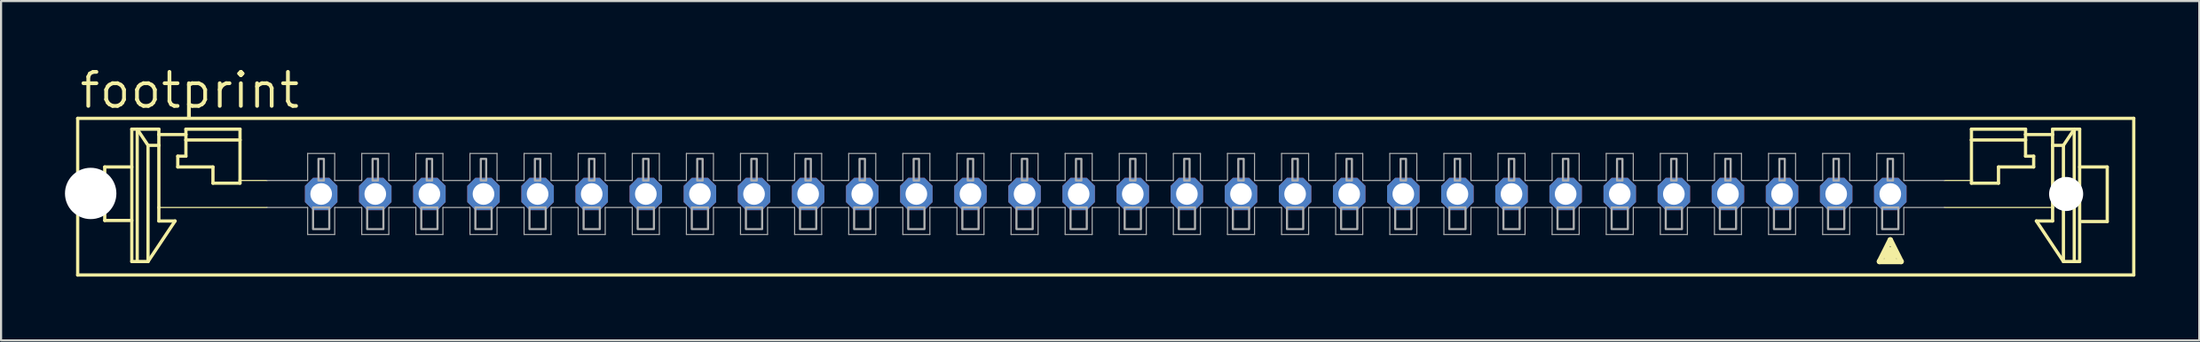
<source format=kicad_pcb>
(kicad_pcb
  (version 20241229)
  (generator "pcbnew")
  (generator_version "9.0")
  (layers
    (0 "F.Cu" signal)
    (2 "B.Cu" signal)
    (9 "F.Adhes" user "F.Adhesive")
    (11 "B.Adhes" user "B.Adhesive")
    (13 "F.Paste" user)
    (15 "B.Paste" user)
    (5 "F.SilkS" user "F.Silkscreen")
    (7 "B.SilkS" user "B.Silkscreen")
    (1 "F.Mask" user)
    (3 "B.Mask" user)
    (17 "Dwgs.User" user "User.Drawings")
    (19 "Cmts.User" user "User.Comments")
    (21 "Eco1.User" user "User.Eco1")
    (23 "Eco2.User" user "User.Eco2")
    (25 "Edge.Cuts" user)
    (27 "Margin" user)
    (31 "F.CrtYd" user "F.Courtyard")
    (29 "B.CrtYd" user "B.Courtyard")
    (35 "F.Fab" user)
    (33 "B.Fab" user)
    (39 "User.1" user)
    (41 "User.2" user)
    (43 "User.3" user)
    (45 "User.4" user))
  (footprint "footprint"
    (layer "F.Cu")
    (at 48.857 6.071)
    (property "Reference" "footprint" (at -48.26 -3.937 0) (layer "F.SilkS") (effects (font (size 1.6 1.6) (thickness 0.178)) (justify left bottom)))
    (fp_line (start -48.26 -3.556) (end -48.26 3.81) (stroke (width 0.152) (type solid)) (layer "F.SilkS"))
    (fp_line (start -48.26 3.81) (end 48.26 3.81) (stroke (width 0.152) (type solid)) (layer "F.SilkS"))
    (fp_line (start -46.99 -1.27) (end -46.99 1.245) (stroke (width 0.152) (type solid)) (layer "F.SilkS"))
    (fp_line (start -46.99 1.245) (end -45.72 1.245) (stroke (width 0.152) (type solid)) (layer "F.SilkS"))
    (fp_line (start -45.72 -3.048) (end -45.72 3.175) (stroke (width 0.152) (type solid)) (layer "F.SilkS"))
    (fp_line (start -45.72 -3.048) (end -45.466 -3.048) (stroke (width 0.152) (type solid)) (layer "F.SilkS"))
    (fp_line (start -45.72 -1.27) (end -46.99 -1.27) (stroke (width 0.152) (type solid)) (layer "F.SilkS"))
    (fp_line (start -45.466 -3.048) (end -45.466 3.175) (stroke (width 0.152) (type solid)) (layer "F.SilkS"))
    (fp_line (start -45.466 -3.048) (end -44.958 -2.286) (stroke (width 0.152) (type solid)) (layer "F.SilkS"))
    (fp_line (start -45.466 -3.048) (end -44.45 -3.048) (stroke (width 0.152) (type solid)) (layer "F.SilkS"))
    (fp_line (start -45.466 3.175) (end -45.72 3.175) (stroke (width 0.152) (type solid)) (layer "F.SilkS"))
    (fp_line (start -44.958 3.175) (end -45.466 3.175) (stroke (width 0.152) (type solid)) (layer "F.SilkS"))
    (fp_line (start -44.958 3.175) (end -44.958 -2.286) (stroke (width 0.152) (type solid)) (layer "F.SilkS"))
    (fp_line (start -44.45 -3.048) (end -44.45 -2.794) (stroke (width 0.152) (type solid)) (layer "F.SilkS"))
    (fp_line (start -44.45 -2.794) (end -44.45 -2.286) (stroke (width 0.152) (type solid)) (layer "F.SilkS"))
    (fp_line (start -44.45 -2.794) (end -43.18 -2.794) (stroke (width 0.152) (type solid)) (layer "F.SilkS"))
    (fp_line (start -44.45 -2.286) (end -44.958 -2.286) (stroke (width 0.152) (type solid)) (layer "F.SilkS"))
    (fp_line (start -44.45 0.635) (end -44.45 -2.286) (stroke (width 0.152) (type solid)) (layer "F.SilkS"))
    (fp_line (start -44.45 1.27) (end -44.45 0.635) (stroke (width 0.152) (type solid)) (layer "F.SilkS"))
    (fp_line (start -44.45 1.27) (end -43.688 1.27) (stroke (width 0.152) (type solid)) (layer "F.SilkS"))
    (fp_line (start -43.688 1.27) (end -44.958 3.175) (stroke (width 0.152) (type solid)) (layer "F.SilkS"))
    (fp_line (start -43.561 -1.778) (end -43.18 -1.778) (stroke (width 0.152) (type solid)) (layer "F.SilkS"))
    (fp_line (start -43.561 -1.27) (end -43.561 -1.778) (stroke (width 0.152) (type solid)) (layer "F.SilkS"))
    (fp_line (start -43.18 -3.048) (end -40.64 -3.048) (stroke (width 0.152) (type solid)) (layer "F.SilkS"))
    (fp_line (start -43.18 -2.794) (end -43.18 -3.048) (stroke (width 0.152) (type solid)) (layer "F.SilkS"))
    (fp_line (start -43.18 -2.54) (end -43.18 -2.794) (stroke (width 0.152) (type solid)) (layer "F.SilkS"))
    (fp_line (start -43.18 -2.54) (end -40.64 -2.54) (stroke (width 0.152) (type solid)) (layer "F.SilkS"))
    (fp_line (start -43.18 -1.778) (end -43.18 -2.54) (stroke (width 0.152) (type solid)) (layer "F.SilkS"))
    (fp_line (start -41.91 -1.27) (end -43.561 -1.27) (stroke (width 0.152) (type solid)) (layer "F.SilkS"))
    (fp_line (start -41.91 -0.508) (end -41.91 -1.27) (stroke (width 0.152) (type solid)) (layer "F.SilkS"))
    (fp_line (start -40.64 -3.048) (end -40.64 -2.54) (stroke (width 0.152) (type solid)) (layer "F.SilkS"))
    (fp_line (start -40.64 -2.54) (end -40.64 -0.635) (stroke (width 0.152) (type solid)) (layer "F.SilkS"))
    (fp_line (start -40.64 -0.635) (end -40.64 -0.508) (stroke (width 0.152) (type solid)) (layer "F.SilkS"))
    (fp_line (start -40.64 -0.508) (end -41.91 -0.508) (stroke (width 0.152) (type solid)) (layer "F.SilkS"))
    (fp_line (start -39.37 -0.635) (end -40.64 -0.635) (stroke (width 0.051) (type solid)) (layer "F.SilkS"))
    (fp_line (start -39.37 0.635) (end -44.45 0.635) (stroke (width 0.051) (type solid)) (layer "F.SilkS"))
    (fp_line (start 36.322 3.175) (end 37.338 3.175) (stroke (width 0.254) (type solid)) (layer "F.SilkS"))
    (fp_line (start 36.83 2.159) (end 36.322 3.175) (stroke (width 0.254) (type solid)) (layer "F.SilkS"))
    (fp_line (start 36.83 2.794) (end 36.83 2.921) (stroke (width 0.61) (type solid)) (layer "F.SilkS"))
    (fp_line (start 37.338 3.175) (end 36.83 2.159) (stroke (width 0.254) (type solid)) (layer "F.SilkS"))
    (fp_line (start 39.37 -0.635) (end 40.64 -0.635) (stroke (width 0.051) (type solid)) (layer "F.SilkS"))
    (fp_line (start 39.37 0.635) (end 44.45 0.635) (stroke (width 0.051) (type solid)) (layer "F.SilkS"))
    (fp_line (start 40.64 -3.048) (end 40.64 -2.54) (stroke (width 0.152) (type solid)) (layer "F.SilkS"))
    (fp_line (start 40.64 -2.54) (end 40.64 -0.635) (stroke (width 0.152) (type solid)) (layer "F.SilkS"))
    (fp_line (start 40.64 -0.635) (end 40.64 -0.508) (stroke (width 0.152) (type solid)) (layer "F.SilkS"))
    (fp_line (start 40.64 -0.508) (end 41.91 -0.508) (stroke (width 0.152) (type solid)) (layer "F.SilkS"))
    (fp_line (start 41.91 -1.27) (end 43.561 -1.27) (stroke (width 0.152) (type solid)) (layer "F.SilkS"))
    (fp_line (start 41.91 -0.508) (end 41.91 -1.27) (stroke (width 0.152) (type solid)) (layer "F.SilkS"))
    (fp_line (start 43.18 -3.048) (end 40.64 -3.048) (stroke (width 0.152) (type solid)) (layer "F.SilkS"))
    (fp_line (start 43.18 -2.794) (end 43.18 -3.048) (stroke (width 0.152) (type solid)) (layer "F.SilkS"))
    (fp_line (start 43.18 -2.54) (end 40.64 -2.54) (stroke (width 0.152) (type solid)) (layer "F.SilkS"))
    (fp_line (start 43.18 -2.54) (end 43.18 -2.794) (stroke (width 0.152) (type solid)) (layer "F.SilkS"))
    (fp_line (start 43.18 -1.778) (end 43.18 -2.54) (stroke (width 0.152) (type solid)) (layer "F.SilkS"))
    (fp_line (start 43.561 -1.778) (end 43.18 -1.778) (stroke (width 0.152) (type solid)) (layer "F.SilkS"))
    (fp_line (start 43.561 -1.27) (end 43.561 -1.778) (stroke (width 0.152) (type solid)) (layer "F.SilkS"))
    (fp_line (start 43.688 1.27) (end 44.958 3.175) (stroke (width 0.152) (type solid)) (layer "F.SilkS"))
    (fp_line (start 44.45 -3.048) (end 44.45 -2.794) (stroke (width 0.152) (type solid)) (layer "F.SilkS"))
    (fp_line (start 44.45 -2.794) (end 43.18 -2.794) (stroke (width 0.152) (type solid)) (layer "F.SilkS"))
    (fp_line (start 44.45 -2.794) (end 44.45 -2.286) (stroke (width 0.152) (type solid)) (layer "F.SilkS"))
    (fp_line (start 44.45 -2.286) (end 44.45 0.635) (stroke (width 0.152) (type solid)) (layer "F.SilkS"))
    (fp_line (start 44.45 -2.286) (end 44.958 -2.286) (stroke (width 0.152) (type solid)) (layer "F.SilkS"))
    (fp_line (start 44.45 0.635) (end 44.45 1.27) (stroke (width 0.152) (type solid)) (layer "F.SilkS"))
    (fp_line (start 44.45 1.27) (end 43.688 1.27) (stroke (width 0.152) (type solid)) (layer "F.SilkS"))
    (fp_line (start 44.958 3.175) (end 44.958 -2.286) (stroke (width 0.152) (type solid)) (layer "F.SilkS"))
    (fp_line (start 44.958 3.175) (end 45.466 3.175) (stroke (width 0.152) (type solid)) (layer "F.SilkS"))
    (fp_line (start 45.466 -3.048) (end 44.45 -3.048) (stroke (width 0.152) (type solid)) (layer "F.SilkS"))
    (fp_line (start 45.466 -3.048) (end 44.958 -2.286) (stroke (width 0.152) (type solid)) (layer "F.SilkS"))
    (fp_line (start 45.466 -3.048) (end 45.466 3.175) (stroke (width 0.152) (type solid)) (layer "F.SilkS"))
    (fp_line (start 45.466 3.175) (end 45.72 3.175) (stroke (width 0.152) (type solid)) (layer "F.SilkS"))
    (fp_line (start 45.72 -3.048) (end 45.466 -3.048) (stroke (width 0.152) (type solid)) (layer "F.SilkS"))
    (fp_line (start 45.72 -3.048) (end 45.72 3.175) (stroke (width 0.152) (type solid)) (layer "F.SilkS"))
    (fp_line (start 45.72 -1.27) (end 47.015 -1.27) (stroke (width 0.152) (type solid)) (layer "F.SilkS"))
    (fp_line (start 47.015 -1.27) (end 47.015 1.295) (stroke (width 0.152) (type solid)) (layer "F.SilkS"))
    (fp_line (start 47.015 1.295) (end 45.822 1.295) (stroke (width 0.152) (type solid)) (layer "F.SilkS"))
    (fp_line (start 48.26 -3.556) (end -48.26 -3.556) (stroke (width 0.152) (type solid)) (layer "F.SilkS"))
    (fp_line (start 48.26 3.81) (end 48.26 -3.556) (stroke (width 0.152) (type solid)) (layer "F.SilkS"))
    (fp_line (start -37.465 -0.635) (end -39.37 -0.635) (stroke (width 0.051) (type solid)) (layer "F.Fab"))
    (fp_line (start -37.465 -0.635) (end -37.465 -1.905) (stroke (width 0.051) (type solid)) (layer "F.Fab"))
    (fp_line (start -37.465 0.635) (end -39.37 0.635) (stroke (width 0.051) (type solid)) (layer "F.Fab"))
    (fp_line (start -37.465 0.635) (end -37.465 1.905) (stroke (width 0.051) (type solid)) (layer "F.Fab"))
    (fp_line (start -36.195 -1.905) (end -37.465 -1.905) (stroke (width 0.051) (type solid)) (layer "F.Fab"))
    (fp_line (start -36.195 -1.905) (end -36.195 -0.635) (stroke (width 0.051) (type solid)) (layer "F.Fab"))
    (fp_line (start -36.195 1.905) (end -37.465 1.905) (stroke (width 0.051) (type solid)) (layer "F.Fab"))
    (fp_line (start -36.195 1.905) (end -36.195 0.635) (stroke (width 0.051) (type solid)) (layer "F.Fab"))
    (fp_line (start -34.925 -0.635) (end -36.195 -0.635) (stroke (width 0.051) (type solid)) (layer "F.Fab"))
    (fp_line (start -34.925 -0.635) (end -34.925 -1.905) (stroke (width 0.051) (type solid)) (layer "F.Fab"))
    (fp_line (start -34.925 0.635) (end -36.195 0.635) (stroke (width 0.051) (type solid)) (layer "F.Fab"))
    (fp_line (start -34.925 0.635) (end -34.925 1.905) (stroke (width 0.051) (type solid)) (layer "F.Fab"))
    (fp_line (start -33.655 -1.905) (end -34.925 -1.905) (stroke (width 0.051) (type solid)) (layer "F.Fab"))
    (fp_line (start -33.655 -1.905) (end -33.655 -0.635) (stroke (width 0.051) (type solid)) (layer "F.Fab"))
    (fp_line (start -33.655 1.905) (end -34.925 1.905) (stroke (width 0.051) (type solid)) (layer "F.Fab"))
    (fp_line (start -33.655 1.905) (end -33.655 0.635) (stroke (width 0.051) (type solid)) (layer "F.Fab"))
    (fp_line (start -32.385 -0.635) (end -33.655 -0.635) (stroke (width 0.051) (type solid)) (layer "F.Fab"))
    (fp_line (start -32.385 -0.635) (end -32.385 -1.905) (stroke (width 0.051) (type solid)) (layer "F.Fab"))
    (fp_line (start -32.385 0.635) (end -33.655 0.635) (stroke (width 0.051) (type solid)) (layer "F.Fab"))
    (fp_line (start -32.385 0.635) (end -32.385 1.905) (stroke (width 0.051) (type solid)) (layer "F.Fab"))
    (fp_line (start -31.115 -1.905) (end -32.385 -1.905) (stroke (width 0.051) (type solid)) (layer "F.Fab"))
    (fp_line (start -31.115 -1.905) (end -31.115 -0.635) (stroke (width 0.051) (type solid)) (layer "F.Fab"))
    (fp_line (start -31.115 1.905) (end -32.385 1.905) (stroke (width 0.051) (type solid)) (layer "F.Fab"))
    (fp_line (start -31.115 1.905) (end -31.115 0.635) (stroke (width 0.051) (type solid)) (layer "F.Fab"))
    (fp_line (start -29.845 -0.635) (end -31.115 -0.635) (stroke (width 0.051) (type solid)) (layer "F.Fab"))
    (fp_line (start -29.845 -0.635) (end -29.845 -1.905) (stroke (width 0.051) (type solid)) (layer "F.Fab"))
    (fp_line (start -29.845 0.635) (end -31.115 0.635) (stroke (width 0.051) (type solid)) (layer "F.Fab"))
    (fp_line (start -29.845 0.635) (end -29.845 1.905) (stroke (width 0.051) (type solid)) (layer "F.Fab"))
    (fp_line (start -28.575 -1.905) (end -29.845 -1.905) (stroke (width 0.051) (type solid)) (layer "F.Fab"))
    (fp_line (start -28.575 -1.905) (end -28.575 -0.635) (stroke (width 0.051) (type solid)) (layer "F.Fab"))
    (fp_line (start -28.575 1.905) (end -29.845 1.905) (stroke (width 0.051) (type solid)) (layer "F.Fab"))
    (fp_line (start -28.575 1.905) (end -28.575 0.635) (stroke (width 0.051) (type solid)) (layer "F.Fab"))
    (fp_line (start -27.305 -0.635) (end -28.575 -0.635) (stroke (width 0.051) (type solid)) (layer "F.Fab"))
    (fp_line (start -27.305 -0.635) (end -27.305 -1.905) (stroke (width 0.051) (type solid)) (layer "F.Fab"))
    (fp_line (start -27.305 0.635) (end -28.575 0.635) (stroke (width 0.051) (type solid)) (layer "F.Fab"))
    (fp_line (start -27.305 0.635) (end -27.305 1.905) (stroke (width 0.051) (type solid)) (layer "F.Fab"))
    (fp_line (start -26.035 -1.905) (end -27.305 -1.905) (stroke (width 0.051) (type solid)) (layer "F.Fab"))
    (fp_line (start -26.035 -1.905) (end -26.035 -0.635) (stroke (width 0.051) (type solid)) (layer "F.Fab"))
    (fp_line (start -26.035 1.905) (end -27.305 1.905) (stroke (width 0.051) (type solid)) (layer "F.Fab"))
    (fp_line (start -26.035 1.905) (end -26.035 0.635) (stroke (width 0.051) (type solid)) (layer "F.Fab"))
    (fp_line (start -24.765 -0.635) (end -26.035 -0.635) (stroke (width 0.051) (type solid)) (layer "F.Fab"))
    (fp_line (start -24.765 -0.635) (end -24.765 -1.905) (stroke (width 0.051) (type solid)) (layer "F.Fab"))
    (fp_line (start -24.765 0.635) (end -26.035 0.635) (stroke (width 0.051) (type solid)) (layer "F.Fab"))
    (fp_line (start -24.765 0.635) (end -24.765 1.905) (stroke (width 0.051) (type solid)) (layer "F.Fab"))
    (fp_line (start -23.495 -1.905) (end -24.765 -1.905) (stroke (width 0.051) (type solid)) (layer "F.Fab"))
    (fp_line (start -23.495 -1.905) (end -23.495 -0.635) (stroke (width 0.051) (type solid)) (layer "F.Fab"))
    (fp_line (start -23.495 1.905) (end -24.765 1.905) (stroke (width 0.051) (type solid)) (layer "F.Fab"))
    (fp_line (start -23.495 1.905) (end -23.495 0.635) (stroke (width 0.051) (type solid)) (layer "F.Fab"))
    (fp_line (start -22.225 -0.635) (end -23.495 -0.635) (stroke (width 0.051) (type solid)) (layer "F.Fab"))
    (fp_line (start -22.225 -0.635) (end -22.225 -1.905) (stroke (width 0.051) (type solid)) (layer "F.Fab"))
    (fp_line (start -22.225 0.635) (end -23.495 0.635) (stroke (width 0.051) (type solid)) (layer "F.Fab"))
    (fp_line (start -22.225 0.635) (end -22.225 1.905) (stroke (width 0.051) (type solid)) (layer "F.Fab"))
    (fp_line (start -20.955 -1.905) (end -22.225 -1.905) (stroke (width 0.051) (type solid)) (layer "F.Fab"))
    (fp_line (start -20.955 -1.905) (end -20.955 -0.635) (stroke (width 0.051) (type solid)) (layer "F.Fab"))
    (fp_line (start -20.955 1.905) (end -22.225 1.905) (stroke (width 0.051) (type solid)) (layer "F.Fab"))
    (fp_line (start -20.955 1.905) (end -20.955 0.635) (stroke (width 0.051) (type solid)) (layer "F.Fab"))
    (fp_line (start -19.685 -0.635) (end -20.955 -0.635) (stroke (width 0.051) (type solid)) (layer "F.Fab"))
    (fp_line (start -19.685 -0.635) (end -19.685 -1.905) (stroke (width 0.051) (type solid)) (layer "F.Fab"))
    (fp_line (start -19.685 0.635) (end -20.955 0.635) (stroke (width 0.051) (type solid)) (layer "F.Fab"))
    (fp_line (start -19.685 0.635) (end -19.685 1.905) (stroke (width 0.051) (type solid)) (layer "F.Fab"))
    (fp_line (start -18.415 -1.905) (end -19.685 -1.905) (stroke (width 0.051) (type solid)) (layer "F.Fab"))
    (fp_line (start -18.415 -1.905) (end -18.415 -0.635) (stroke (width 0.051) (type solid)) (layer "F.Fab"))
    (fp_line (start -18.415 1.905) (end -19.685 1.905) (stroke (width 0.051) (type solid)) (layer "F.Fab"))
    (fp_line (start -18.415 1.905) (end -18.415 0.635) (stroke (width 0.051) (type solid)) (layer "F.Fab"))
    (fp_line (start -17.145 -1.905) (end -15.875 -1.905) (stroke (width 0.051) (type solid)) (layer "F.Fab"))
    (fp_line (start -17.145 -0.635) (end -18.415 -0.635) (stroke (width 0.051) (type solid)) (layer "F.Fab"))
    (fp_line (start -17.145 -0.635) (end -17.145 -1.905) (stroke (width 0.051) (type solid)) (layer "F.Fab"))
    (fp_line (start -17.145 0.635) (end -18.415 0.635) (stroke (width 0.051) (type solid)) (layer "F.Fab"))
    (fp_line (start -17.145 1.905) (end -17.145 0.635) (stroke (width 0.051) (type solid)) (layer "F.Fab"))
    (fp_line (start -17.145 1.905) (end -15.875 1.905) (stroke (width 0.051) (type solid)) (layer "F.Fab"))
    (fp_line (start -15.875 -1.905) (end -15.875 -0.635) (stroke (width 0.051) (type solid)) (layer "F.Fab"))
    (fp_line (start -15.875 -0.635) (end -14.605 -0.635) (stroke (width 0.051) (type solid)) (layer "F.Fab"))
    (fp_line (start -15.875 0.635) (end -14.605 0.635) (stroke (width 0.051) (type solid)) (layer "F.Fab"))
    (fp_line (start -15.875 1.905) (end -15.875 0.635) (stroke (width 0.051) (type solid)) (layer "F.Fab"))
    (fp_line (start -14.605 -1.905) (end -13.335 -1.905) (stroke (width 0.051) (type solid)) (layer "F.Fab"))
    (fp_line (start -14.605 -0.635) (end -14.605 -1.905) (stroke (width 0.051) (type solid)) (layer "F.Fab"))
    (fp_line (start -14.605 0.635) (end -14.605 1.905) (stroke (width 0.051) (type solid)) (layer "F.Fab"))
    (fp_line (start -14.605 1.905) (end -13.335 1.905) (stroke (width 0.051) (type solid)) (layer "F.Fab"))
    (fp_line (start -13.335 -1.905) (end -13.335 -0.635) (stroke (width 0.051) (type solid)) (layer "F.Fab"))
    (fp_line (start -13.335 -0.635) (end -12.065 -0.635) (stroke (width 0.051) (type solid)) (layer "F.Fab"))
    (fp_line (start -13.335 0.635) (end -13.335 1.905) (stroke (width 0.051) (type solid)) (layer "F.Fab"))
    (fp_line (start -13.335 0.635) (end -12.065 0.635) (stroke (width 0.051) (type solid)) (layer "F.Fab"))
    (fp_line (start -12.065 -0.635) (end -12.065 -1.905) (stroke (width 0.051) (type solid)) (layer "F.Fab"))
    (fp_line (start -12.065 1.905) (end -12.065 0.635) (stroke (width 0.051) (type solid)) (layer "F.Fab"))
    (fp_line (start -12.065 1.905) (end -10.795 1.905) (stroke (width 0.051) (type solid)) (layer "F.Fab"))
    (fp_line (start -10.795 -1.905) (end -12.065 -1.905) (stroke (width 0.051) (type solid)) (layer "F.Fab"))
    (fp_line (start -10.795 -1.905) (end -10.795 -0.635) (stroke (width 0.051) (type solid)) (layer "F.Fab"))
    (fp_line (start -10.795 0.635) (end -9.525 0.635) (stroke (width 0.051) (type solid)) (layer "F.Fab"))
    (fp_line (start -10.795 1.905) (end -10.795 0.635) (stroke (width 0.051) (type solid)) (layer "F.Fab"))
    (fp_line (start -9.525 -0.635) (end -10.795 -0.635) (stroke (width 0.051) (type solid)) (layer "F.Fab"))
    (fp_line (start -9.525 -0.635) (end -9.525 -1.905) (stroke (width 0.051) (type solid)) (layer "F.Fab"))
    (fp_line (start -9.525 1.905) (end -9.525 0.635) (stroke (width 0.051) (type solid)) (layer "F.Fab"))
    (fp_line (start -9.525 1.905) (end -8.255 1.905) (stroke (width 0.051) (type solid)) (layer "F.Fab"))
    (fp_line (start -8.255 -1.905) (end -9.525 -1.905) (stroke (width 0.051) (type solid)) (layer "F.Fab"))
    (fp_line (start -8.255 -1.905) (end -8.255 -0.635) (stroke (width 0.051) (type solid)) (layer "F.Fab"))
    (fp_line (start -8.255 0.635) (end -6.985 0.635) (stroke (width 0.051) (type solid)) (layer "F.Fab"))
    (fp_line (start -8.255 1.905) (end -8.255 0.635) (stroke (width 0.051) (type solid)) (layer "F.Fab"))
    (fp_line (start -6.985 -0.635) (end -8.255 -0.635) (stroke (width 0.051) (type solid)) (layer "F.Fab"))
    (fp_line (start -6.985 -0.635) (end -6.985 -1.905) (stroke (width 0.051) (type solid)) (layer "F.Fab"))
    (fp_line (start -6.985 1.905) (end -6.985 0.635) (stroke (width 0.051) (type solid)) (layer "F.Fab"))
    (fp_line (start -6.985 1.905) (end -5.715 1.905) (stroke (width 0.051) (type solid)) (layer "F.Fab"))
    (fp_line (start -5.715 -1.905) (end -6.985 -1.905) (stroke (width 0.051) (type solid)) (layer "F.Fab"))
    (fp_line (start -5.715 -1.905) (end -5.715 -0.635) (stroke (width 0.051) (type solid)) (layer "F.Fab"))
    (fp_line (start -5.715 0.635) (end -4.445 0.635) (stroke (width 0.051) (type solid)) (layer "F.Fab"))
    (fp_line (start -5.715 1.905) (end -5.715 0.635) (stroke (width 0.051) (type solid)) (layer "F.Fab"))
    (fp_line (start -4.445 -0.635) (end -5.715 -0.635) (stroke (width 0.051) (type solid)) (layer "F.Fab"))
    (fp_line (start -4.445 -0.635) (end -4.445 -1.905) (stroke (width 0.051) (type solid)) (layer "F.Fab"))
    (fp_line (start -4.445 1.905) (end -4.445 0.635) (stroke (width 0.051) (type solid)) (layer "F.Fab"))
    (fp_line (start -4.445 1.905) (end -3.175 1.905) (stroke (width 0.051) (type solid)) (layer "F.Fab"))
    (fp_line (start -3.175 -1.905) (end -4.445 -1.905) (stroke (width 0.051) (type solid)) (layer "F.Fab"))
    (fp_line (start -3.175 -1.905) (end -3.175 -0.635) (stroke (width 0.051) (type solid)) (layer "F.Fab"))
    (fp_line (start -3.175 -0.635) (end -1.905 -0.635) (stroke (width 0.051) (type solid)) (layer "F.Fab"))
    (fp_line (start -3.175 0.635) (end -1.905 0.635) (stroke (width 0.051) (type solid)) (layer "F.Fab"))
    (fp_line (start -3.175 1.905) (end -3.175 0.635) (stroke (width 0.051) (type solid)) (layer "F.Fab"))
    (fp_line (start -1.905 -0.635) (end -1.905 -1.905) (stroke (width 0.051) (type solid)) (layer "F.Fab"))
    (fp_line (start -1.905 1.905) (end -1.905 0.635) (stroke (width 0.051) (type solid)) (layer "F.Fab"))
    (fp_line (start -1.905 1.905) (end -0.635 1.905) (stroke (width 0.051) (type solid)) (layer "F.Fab"))
    (fp_line (start -0.635 -1.905) (end -1.905 -1.905) (stroke (width 0.051) (type solid)) (layer "F.Fab"))
    (fp_line (start -0.635 -1.905) (end -0.635 -0.635) (stroke (width 0.051) (type solid)) (layer "F.Fab"))
    (fp_line (start -0.635 0.635) (end -0.635 1.905) (stroke (width 0.051) (type solid)) (layer "F.Fab"))
    (fp_line (start -0.635 0.635) (end 0.635 0.635) (stroke (width 0.051) (type solid)) (layer "F.Fab"))
    (fp_line (start 0.635 -0.635) (end -0.635 -0.635) (stroke (width 0.051) (type solid)) (layer "F.Fab"))
    (fp_line (start 0.635 -0.635) (end 0.635 -1.905) (stroke (width 0.051) (type solid)) (layer "F.Fab"))
    (fp_line (start 0.635 1.905) (end 0.635 0.635) (stroke (width 0.051) (type solid)) (layer "F.Fab"))
    (fp_line (start 0.635 1.905) (end 1.905 1.905) (stroke (width 0.051) (type solid)) (layer "F.Fab"))
    (fp_line (start 1.905 -1.905) (end 0.635 -1.905) (stroke (width 0.051) (type solid)) (layer "F.Fab"))
    (fp_line (start 1.905 -1.905) (end 1.905 -0.635) (stroke (width 0.051) (type solid)) (layer "F.Fab"))
    (fp_line (start 1.905 0.635) (end 1.905 1.905) (stroke (width 0.051) (type solid)) (layer "F.Fab"))
    (fp_line (start 1.905 0.635) (end 3.175 0.635) (stroke (width 0.051) (type solid)) (layer "F.Fab"))
    (fp_line (start 3.175 -0.635) (end 1.905 -0.635) (stroke (width 0.051) (type solid)) (layer "F.Fab"))
    (fp_line (start 3.175 -0.635) (end 3.175 -1.905) (stroke (width 0.051) (type solid)) (layer "F.Fab"))
    (fp_line (start 3.175 0.635) (end 3.175 1.905) (stroke (width 0.051) (type solid)) (layer "F.Fab"))
    (fp_line (start 3.175 1.905) (end 4.445 1.905) (stroke (width 0.051) (type solid)) (layer "F.Fab"))
    (fp_line (start 4.445 -1.905) (end 3.175 -1.905) (stroke (width 0.051) (type solid)) (layer "F.Fab"))
    (fp_line (start 4.445 -1.905) (end 4.445 -0.635) (stroke (width 0.051) (type solid)) (layer "F.Fab"))
    (fp_line (start 4.445 0.635) (end 4.445 1.905) (stroke (width 0.051) (type solid)) (layer "F.Fab"))
    (fp_line (start 4.445 0.635) (end 5.715 0.635) (stroke (width 0.051) (type solid)) (layer "F.Fab"))
    (fp_line (start 5.715 -0.635) (end 4.445 -0.635) (stroke (width 0.051) (type solid)) (layer "F.Fab"))
    (fp_line (start 5.715 -0.635) (end 5.715 -1.905) (stroke (width 0.051) (type solid)) (layer "F.Fab"))
    (fp_line (start 5.715 1.905) (end 5.715 0.635) (stroke (width 0.051) (type solid)) (layer "F.Fab"))
    (fp_line (start 5.715 1.905) (end 6.985 1.905) (stroke (width 0.051) (type solid)) (layer "F.Fab"))
    (fp_line (start 6.985 -1.905) (end 5.715 -1.905) (stroke (width 0.051) (type solid)) (layer "F.Fab"))
    (fp_line (start 6.985 -1.905) (end 6.985 -0.635) (stroke (width 0.051) (type solid)) (layer "F.Fab"))
    (fp_line (start 6.985 0.635) (end 6.985 1.905) (stroke (width 0.051) (type solid)) (layer "F.Fab"))
    (fp_line (start 6.985 0.635) (end 8.255 0.635) (stroke (width 0.051) (type solid)) (layer "F.Fab"))
    (fp_line (start 8.255 -0.635) (end 6.985 -0.635) (stroke (width 0.051) (type solid)) (layer "F.Fab"))
    (fp_line (start 8.255 -0.635) (end 8.255 -1.905) (stroke (width 0.051) (type solid)) (layer "F.Fab"))
    (fp_line (start 8.255 1.905) (end 8.255 0.635) (stroke (width 0.051) (type solid)) (layer "F.Fab"))
    (fp_line (start 8.255 1.905) (end 9.525 1.905) (stroke (width 0.051) (type solid)) (layer "F.Fab"))
    (fp_line (start 9.525 -1.905) (end 8.255 -1.905) (stroke (width 0.051) (type solid)) (layer "F.Fab"))
    (fp_line (start 9.525 -1.905) (end 9.525 -0.635) (stroke (width 0.051) (type solid)) (layer "F.Fab"))
    (fp_line (start 9.525 0.635) (end 9.525 1.905) (stroke (width 0.051) (type solid)) (layer "F.Fab"))
    (fp_line (start 9.525 0.635) (end 10.795 0.635) (stroke (width 0.051) (type solid)) (layer "F.Fab"))
    (fp_line (start 10.795 -0.635) (end 9.525 -0.635) (stroke (width 0.051) (type solid)) (layer "F.Fab"))
    (fp_line (start 10.795 -0.635) (end 10.795 -1.905) (stroke (width 0.051) (type solid)) (layer "F.Fab"))
    (fp_line (start 10.795 1.905) (end 10.795 0.635) (stroke (width 0.051) (type solid)) (layer "F.Fab"))
    (fp_line (start 10.795 1.905) (end 12.065 1.905) (stroke (width 0.051) (type solid)) (layer "F.Fab"))
    (fp_line (start 12.065 -1.905) (end 10.795 -1.905) (stroke (width 0.051) (type solid)) (layer "F.Fab"))
    (fp_line (start 12.065 -1.905) (end 12.065 -0.635) (stroke (width 0.051) (type solid)) (layer "F.Fab"))
    (fp_line (start 12.065 0.635) (end 13.335 0.635) (stroke (width 0.051) (type solid)) (layer "F.Fab"))
    (fp_line (start 12.065 1.905) (end 12.065 0.635) (stroke (width 0.051) (type solid)) (layer "F.Fab"))
    (fp_line (start 13.335 -0.635) (end 12.065 -0.635) (stroke (width 0.051) (type solid)) (layer "F.Fab"))
    (fp_line (start 13.335 -0.635) (end 13.335 -1.905) (stroke (width 0.051) (type solid)) (layer "F.Fab"))
    (fp_line (start 13.335 1.905) (end 13.335 0.635) (stroke (width 0.051) (type solid)) (layer "F.Fab"))
    (fp_line (start 13.335 1.905) (end 14.605 1.905) (stroke (width 0.051) (type solid)) (layer "F.Fab"))
    (fp_line (start 14.605 -1.905) (end 13.335 -1.905) (stroke (width 0.051) (type solid)) (layer "F.Fab"))
    (fp_line (start 14.605 -1.905) (end 14.605 -0.635) (stroke (width 0.051) (type solid)) (layer "F.Fab"))
    (fp_line (start 14.605 -0.635) (end 15.875 -0.635) (stroke (width 0.051) (type solid)) (layer "F.Fab"))
    (fp_line (start 14.605 0.635) (end 15.875 0.635) (stroke (width 0.051) (type solid)) (layer "F.Fab"))
    (fp_line (start 14.605 1.905) (end 14.605 0.635) (stroke (width 0.051) (type solid)) (layer "F.Fab"))
    (fp_line (start 15.875 -0.635) (end 15.875 -1.905) (stroke (width 0.051) (type solid)) (layer "F.Fab"))
    (fp_line (start 15.875 1.905) (end 15.875 0.635) (stroke (width 0.051) (type solid)) (layer "F.Fab"))
    (fp_line (start 15.875 1.905) (end 17.145 1.905) (stroke (width 0.051) (type solid)) (layer "F.Fab"))
    (fp_line (start 17.145 -1.905) (end 15.875 -1.905) (stroke (width 0.051) (type solid)) (layer "F.Fab"))
    (fp_line (start 17.145 -1.905) (end 17.145 -0.635) (stroke (width 0.051) (type solid)) (layer "F.Fab"))
    (fp_line (start 17.145 0.635) (end 17.145 1.905) (stroke (width 0.051) (type solid)) (layer "F.Fab"))
    (fp_line (start 17.145 0.635) (end 18.415 0.635) (stroke (width 0.051) (type solid)) (layer "F.Fab"))
    (fp_line (start 18.415 -0.635) (end 17.145 -0.635) (stroke (width 0.051) (type solid)) (layer "F.Fab"))
    (fp_line (start 18.415 -0.635) (end 18.415 -1.905) (stroke (width 0.051) (type solid)) (layer "F.Fab"))
    (fp_line (start 18.415 0.635) (end 18.415 1.905) (stroke (width 0.051) (type solid)) (layer "F.Fab"))
    (fp_line (start 18.415 1.905) (end 19.685 1.905) (stroke (width 0.051) (type solid)) (layer "F.Fab"))
    (fp_line (start 19.685 -1.905) (end 18.415 -1.905) (stroke (width 0.051) (type solid)) (layer "F.Fab"))
    (fp_line (start 19.685 -1.905) (end 19.685 -0.635) (stroke (width 0.051) (type solid)) (layer "F.Fab"))
    (fp_line (start 19.685 0.635) (end 19.685 1.905) (stroke (width 0.051) (type solid)) (layer "F.Fab"))
    (fp_line (start 19.685 0.635) (end 20.955 0.635) (stroke (width 0.051) (type solid)) (layer "F.Fab"))
    (fp_line (start 20.955 -0.635) (end 19.685 -0.635) (stroke (width 0.051) (type solid)) (layer "F.Fab"))
    (fp_line (start 20.955 -0.635) (end 20.955 -1.905) (stroke (width 0.051) (type solid)) (layer "F.Fab"))
    (fp_line (start 20.955 0.635) (end 20.955 1.905) (stroke (width 0.051) (type solid)) (layer "F.Fab"))
    (fp_line (start 20.955 1.905) (end 22.225 1.905) (stroke (width 0.051) (type solid)) (layer "F.Fab"))
    (fp_line (start 22.225 -1.905) (end 20.955 -1.905) (stroke (width 0.051) (type solid)) (layer "F.Fab"))
    (fp_line (start 22.225 -1.905) (end 22.225 -0.635) (stroke (width 0.051) (type solid)) (layer "F.Fab"))
    (fp_line (start 22.225 0.635) (end 22.225 1.905) (stroke (width 0.051) (type solid)) (layer "F.Fab"))
    (fp_line (start 22.225 0.635) (end 23.495 0.635) (stroke (width 0.051) (type solid)) (layer "F.Fab"))
    (fp_line (start 23.495 -0.635) (end 22.225 -0.635) (stroke (width 0.051) (type solid)) (layer "F.Fab"))
    (fp_line (start 23.495 -0.635) (end 23.495 -1.905) (stroke (width 0.051) (type solid)) (layer "F.Fab"))
    (fp_line (start 23.495 0.635) (end 23.495 1.905) (stroke (width 0.051) (type solid)) (layer "F.Fab"))
    (fp_line (start 23.495 1.905) (end 24.765 1.905) (stroke (width 0.051) (type solid)) (layer "F.Fab"))
    (fp_line (start 24.765 -1.905) (end 23.495 -1.905) (stroke (width 0.051) (type solid)) (layer "F.Fab"))
    (fp_line (start 24.765 -1.905) (end 24.765 -0.635) (stroke (width 0.051) (type solid)) (layer "F.Fab"))
    (fp_line (start 24.765 0.635) (end 26.035 0.635) (stroke (width 0.051) (type solid)) (layer "F.Fab"))
    (fp_line (start 24.765 1.905) (end 24.765 0.635) (stroke (width 0.051) (type solid)) (layer "F.Fab"))
    (fp_line (start 26.035 -0.635) (end 24.765 -0.635) (stroke (width 0.051) (type solid)) (layer "F.Fab"))
    (fp_line (start 26.035 -0.635) (end 26.035 -1.905) (stroke (width 0.051) (type solid)) (layer "F.Fab"))
    (fp_line (start 26.035 1.905) (end 26.035 0.635) (stroke (width 0.051) (type solid)) (layer "F.Fab"))
    (fp_line (start 26.035 1.905) (end 27.305 1.905) (stroke (width 0.051) (type solid)) (layer "F.Fab"))
    (fp_line (start 27.305 -1.905) (end 26.035 -1.905) (stroke (width 0.051) (type solid)) (layer "F.Fab"))
    (fp_line (start 27.305 -1.905) (end 27.305 -0.635) (stroke (width 0.051) (type solid)) (layer "F.Fab"))
    (fp_line (start 27.305 0.635) (end 28.575 0.635) (stroke (width 0.051) (type solid)) (layer "F.Fab"))
    (fp_line (start 27.305 1.905) (end 27.305 0.635) (stroke (width 0.051) (type solid)) (layer "F.Fab"))
    (fp_line (start 28.575 -0.635) (end 27.305 -0.635) (stroke (width 0.051) (type solid)) (layer "F.Fab"))
    (fp_line (start 28.575 -0.635) (end 28.575 -1.905) (stroke (width 0.051) (type solid)) (layer "F.Fab"))
    (fp_line (start 28.575 0.635) (end 28.575 1.905) (stroke (width 0.051) (type solid)) (layer "F.Fab"))
    (fp_line (start 28.575 1.905) (end 29.845 1.905) (stroke (width 0.051) (type solid)) (layer "F.Fab"))
    (fp_line (start 29.845 -1.905) (end 28.575 -1.905) (stroke (width 0.051) (type solid)) (layer "F.Fab"))
    (fp_line (start 29.845 -1.905) (end 29.845 -0.635) (stroke (width 0.051) (type solid)) (layer "F.Fab"))
    (fp_line (start 29.845 0.635) (end 31.115 0.635) (stroke (width 0.051) (type solid)) (layer "F.Fab"))
    (fp_line (start 29.845 1.905) (end 29.845 0.635) (stroke (width 0.051) (type solid)) (layer "F.Fab"))
    (fp_line (start 31.115 -0.635) (end 29.845 -0.635) (stroke (width 0.051) (type solid)) (layer "F.Fab"))
    (fp_line (start 31.115 -0.635) (end 31.115 -1.905) (stroke (width 0.051) (type solid)) (layer "F.Fab"))
    (fp_line (start 31.115 0.635) (end 31.115 1.905) (stroke (width 0.051) (type solid)) (layer "F.Fab"))
    (fp_line (start 31.115 1.905) (end 32.385 1.905) (stroke (width 0.051) (type solid)) (layer "F.Fab"))
    (fp_line (start 32.385 -1.905) (end 31.115 -1.905) (stroke (width 0.051) (type solid)) (layer "F.Fab"))
    (fp_line (start 32.385 -1.905) (end 32.385 -0.635) (stroke (width 0.051) (type solid)) (layer "F.Fab"))
    (fp_line (start 32.385 0.635) (end 32.385 1.905) (stroke (width 0.051) (type solid)) (layer "F.Fab"))
    (fp_line (start 32.385 0.635) (end 33.655 0.635) (stroke (width 0.051) (type solid)) (layer "F.Fab"))
    (fp_line (start 33.655 -0.635) (end 32.385 -0.635) (stroke (width 0.051) (type solid)) (layer "F.Fab"))
    (fp_line (start 33.655 -0.635) (end 33.655 -1.905) (stroke (width 0.051) (type solid)) (layer "F.Fab"))
    (fp_line (start 33.655 0.635) (end 33.655 1.905) (stroke (width 0.051) (type solid)) (layer "F.Fab"))
    (fp_line (start 33.655 1.905) (end 34.925 1.905) (stroke (width 0.051) (type solid)) (layer "F.Fab"))
    (fp_line (start 34.925 -1.905) (end 33.655 -1.905) (stroke (width 0.051) (type solid)) (layer "F.Fab"))
    (fp_line (start 34.925 -1.905) (end 34.925 -0.635) (stroke (width 0.051) (type solid)) (layer "F.Fab"))
    (fp_line (start 34.925 0.635) (end 34.925 1.905) (stroke (width 0.051) (type solid)) (layer "F.Fab"))
    (fp_line (start 34.925 0.635) (end 36.195 0.635) (stroke (width 0.051) (type solid)) (layer "F.Fab"))
    (fp_line (start 36.195 -0.635) (end 34.925 -0.635) (stroke (width 0.051) (type solid)) (layer "F.Fab"))
    (fp_line (start 36.195 -0.635) (end 36.195 -1.905) (stroke (width 0.051) (type solid)) (layer "F.Fab"))
    (fp_line (start 36.195 0.635) (end 36.195 1.905) (stroke (width 0.051) (type solid)) (layer "F.Fab"))
    (fp_line (start 36.195 1.905) (end 37.465 1.905) (stroke (width 0.051) (type solid)) (layer "F.Fab"))
    (fp_line (start 37.465 -1.905) (end 36.195 -1.905) (stroke (width 0.051) (type solid)) (layer "F.Fab"))
    (fp_line (start 37.465 -1.905) (end 37.465 -0.635) (stroke (width 0.051) (type solid)) (layer "F.Fab"))
    (fp_line (start 37.465 0.635) (end 39.37 0.635) (stroke (width 0.051) (type solid)) (layer "F.Fab"))
    (fp_line (start 37.465 1.905) (end 37.465 0.635) (stroke (width 0.051) (type solid)) (layer "F.Fab"))
    (fp_line (start 39.37 -0.635) (end 37.465 -0.635) (stroke (width 0.051) (type solid)) (layer "F.Fab"))
    (fp_poly (pts (xy -37.211 1.651) (xy -36.449 1.651) (xy -36.449 0.635) (xy -37.211 0.635)) (stroke (width 0.1) (type solid)) (fill no) (layer "F.Fab"))
    (fp_poly (pts (xy -36.957 -0.635) (xy -36.703 -0.635) (xy -36.703 -1.651) (xy -36.957 -1.651)) (stroke (width 0.1) (type solid)) (fill no) (layer "F.Fab"))
    (fp_poly (pts (xy -34.671 1.651) (xy -33.909 1.651) (xy -33.909 0.635) (xy -34.671 0.635)) (stroke (width 0.1) (type solid)) (fill no) (layer "F.Fab"))
    (fp_poly (pts (xy -34.417 -0.635) (xy -34.163 -0.635) (xy -34.163 -1.651) (xy -34.417 -1.651)) (stroke (width 0.1) (type solid)) (fill no) (layer "F.Fab"))
    (fp_poly (pts (xy -32.131 1.651) (xy -31.369 1.651) (xy -31.369 0.635) (xy -32.131 0.635)) (stroke (width 0.1) (type solid)) (fill no) (layer "F.Fab"))
    (fp_poly (pts (xy -31.877 -0.635) (xy -31.623 -0.635) (xy -31.623 -1.651) (xy -31.877 -1.651)) (stroke (width 0.1) (type solid)) (fill no) (layer "F.Fab"))
    (fp_poly (pts (xy -29.591 1.651) (xy -28.829 1.651) (xy -28.829 0.635) (xy -29.591 0.635)) (stroke (width 0.1) (type solid)) (fill no) (layer "F.Fab"))
    (fp_poly (pts (xy -29.337 -0.635) (xy -29.083 -0.635) (xy -29.083 -1.651) (xy -29.337 -1.651)) (stroke (width 0.1) (type solid)) (fill no) (layer "F.Fab"))
    (fp_poly (pts (xy -27.051 1.651) (xy -26.289 1.651) (xy -26.289 0.635) (xy -27.051 0.635)) (stroke (width 0.1) (type solid)) (fill no) (layer "F.Fab"))
    (fp_poly (pts (xy -26.797 -0.635) (xy -26.543 -0.635) (xy -26.543 -1.651) (xy -26.797 -1.651)) (stroke (width 0.1) (type solid)) (fill no) (layer "F.Fab"))
    (fp_poly (pts (xy -24.511 1.651) (xy -23.749 1.651) (xy -23.749 0.635) (xy -24.511 0.635)) (stroke (width 0.1) (type solid)) (fill no) (layer "F.Fab"))
    (fp_poly (pts (xy -24.257 -0.635) (xy -24.003 -0.635) (xy -24.003 -1.651) (xy -24.257 -1.651)) (stroke (width 0.1) (type solid)) (fill no) (layer "F.Fab"))
    (fp_poly (pts (xy -21.971 1.651) (xy -21.209 1.651) (xy -21.209 0.635) (xy -21.971 0.635)) (stroke (width 0.1) (type solid)) (fill no) (layer "F.Fab"))
    (fp_poly (pts (xy -21.717 -0.635) (xy -21.463 -0.635) (xy -21.463 -1.651) (xy -21.717 -1.651)) (stroke (width 0.1) (type solid)) (fill no) (layer "F.Fab"))
    (fp_poly (pts (xy -19.431 1.651) (xy -18.669 1.651) (xy -18.669 0.635) (xy -19.431 0.635)) (stroke (width 0.1) (type solid)) (fill no) (layer "F.Fab"))
    (fp_poly (pts (xy -19.177 -0.635) (xy -18.923 -0.635) (xy -18.923 -1.651) (xy -19.177 -1.651)) (stroke (width 0.1) (type solid)) (fill no) (layer "F.Fab"))
    (fp_poly (pts (xy -16.891 1.651) (xy -16.129 1.651) (xy -16.129 0.635) (xy -16.891 0.635)) (stroke (width 0.1) (type solid)) (fill no) (layer "F.Fab"))
    (fp_poly (pts (xy -16.637 -0.635) (xy -16.383 -0.635) (xy -16.383 -1.651) (xy -16.637 -1.651)) (stroke (width 0.1) (type solid)) (fill no) (layer "F.Fab"))
    (fp_poly (pts (xy -14.351 1.651) (xy -13.589 1.651) (xy -13.589 0.635) (xy -14.351 0.635)) (stroke (width 0.1) (type solid)) (fill no) (layer "F.Fab"))
    (fp_poly (pts (xy -14.097 -0.635) (xy -13.843 -0.635) (xy -13.843 -1.651) (xy -14.097 -1.651)) (stroke (width 0.1) (type solid)) (fill no) (layer "F.Fab"))
    (fp_poly (pts (xy -11.811 1.651) (xy -11.049 1.651) (xy -11.049 0.635) (xy -11.811 0.635)) (stroke (width 0.1) (type solid)) (fill no) (layer "F.Fab"))
    (fp_poly (pts (xy -11.557 -0.635) (xy -11.303 -0.635) (xy -11.303 -1.651) (xy -11.557 -1.651)) (stroke (width 0.1) (type solid)) (fill no) (layer "F.Fab"))
    (fp_poly (pts (xy -9.271 1.651) (xy -8.509 1.651) (xy -8.509 0.635) (xy -9.271 0.635)) (stroke (width 0.1) (type solid)) (fill no) (layer "F.Fab"))
    (fp_poly (pts (xy -9.017 -0.635) (xy -8.763 -0.635) (xy -8.763 -1.651) (xy -9.017 -1.651)) (stroke (width 0.1) (type solid)) (fill no) (layer "F.Fab"))
    (fp_poly (pts (xy -6.731 1.651) (xy -5.969 1.651) (xy -5.969 0.635) (xy -6.731 0.635)) (stroke (width 0.1) (type solid)) (fill no) (layer "F.Fab"))
    (fp_poly (pts (xy -6.477 -0.635) (xy -6.223 -0.635) (xy -6.223 -1.651) (xy -6.477 -1.651)) (stroke (width 0.1) (type solid)) (fill no) (layer "F.Fab"))
    (fp_poly (pts (xy -4.191 1.651) (xy -3.429 1.651) (xy -3.429 0.635) (xy -4.191 0.635)) (stroke (width 0.1) (type solid)) (fill no) (layer "F.Fab"))
    (fp_poly (pts (xy -3.937 -0.635) (xy -3.683 -0.635) (xy -3.683 -1.651) (xy -3.937 -1.651)) (stroke (width 0.1) (type solid)) (fill no) (layer "F.Fab"))
    (fp_poly (pts (xy -1.651 1.651) (xy -0.889 1.651) (xy -0.889 0.635) (xy -1.651 0.635)) (stroke (width 0.1) (type solid)) (fill no) (layer "F.Fab"))
    (fp_poly (pts (xy -1.397 -0.635) (xy -1.143 -0.635) (xy -1.143 -1.651) (xy -1.397 -1.651)) (stroke (width 0.1) (type solid)) (fill no) (layer "F.Fab"))
    (fp_poly (pts (xy 0.889 1.651) (xy 1.651 1.651) (xy 1.651 0.635) (xy 0.889 0.635)) (stroke (width 0.1) (type solid)) (fill no) (layer "F.Fab"))
    (fp_poly (pts (xy 1.143 -0.635) (xy 1.397 -0.635) (xy 1.397 -1.651) (xy 1.143 -1.651)) (stroke (width 0.1) (type solid)) (fill no) (layer "F.Fab"))
    (fp_poly (pts (xy 3.429 1.651) (xy 4.191 1.651) (xy 4.191 0.635) (xy 3.429 0.635)) (stroke (width 0.1) (type solid)) (fill no) (layer "F.Fab"))
    (fp_poly (pts (xy 3.683 -0.635) (xy 3.937 -0.635) (xy 3.937 -1.651) (xy 3.683 -1.651)) (stroke (width 0.1) (type solid)) (fill no) (layer "F.Fab"))
    (fp_poly (pts (xy 5.969 1.651) (xy 6.731 1.651) (xy 6.731 0.635) (xy 5.969 0.635)) (stroke (width 0.1) (type solid)) (fill no) (layer "F.Fab"))
    (fp_poly (pts (xy 6.223 -0.635) (xy 6.477 -0.635) (xy 6.477 -1.651) (xy 6.223 -1.651)) (stroke (width 0.1) (type solid)) (fill no) (layer "F.Fab"))
    (fp_poly (pts (xy 8.509 1.651) (xy 9.271 1.651) (xy 9.271 0.635) (xy 8.509 0.635)) (stroke (width 0.1) (type solid)) (fill no) (layer "F.Fab"))
    (fp_poly (pts (xy 8.763 -0.635) (xy 9.017 -0.635) (xy 9.017 -1.651) (xy 8.763 -1.651)) (stroke (width 0.1) (type solid)) (fill no) (layer "F.Fab"))
    (fp_poly (pts (xy 11.049 1.651) (xy 11.811 1.651) (xy 11.811 0.635) (xy 11.049 0.635)) (stroke (width 0.1) (type solid)) (fill no) (layer "F.Fab"))
    (fp_poly (pts (xy 11.303 -0.635) (xy 11.557 -0.635) (xy 11.557 -1.651) (xy 11.303 -1.651)) (stroke (width 0.1) (type solid)) (fill no) (layer "F.Fab"))
    (fp_poly (pts (xy 13.589 1.651) (xy 14.351 1.651) (xy 14.351 0.635) (xy 13.589 0.635)) (stroke (width 0.1) (type solid)) (fill no) (layer "F.Fab"))
    (fp_poly (pts (xy 13.843 -0.635) (xy 14.097 -0.635) (xy 14.097 -1.651) (xy 13.843 -1.651)) (stroke (width 0.1) (type solid)) (fill no) (layer "F.Fab"))
    (fp_poly (pts (xy 16.129 1.651) (xy 16.891 1.651) (xy 16.891 0.635) (xy 16.129 0.635)) (stroke (width 0.1) (type solid)) (fill no) (layer "F.Fab"))
    (fp_poly (pts (xy 16.383 -0.635) (xy 16.637 -0.635) (xy 16.637 -1.651) (xy 16.383 -1.651)) (stroke (width 0.1) (type solid)) (fill no) (layer "F.Fab"))
    (fp_poly (pts (xy 18.669 1.651) (xy 19.431 1.651) (xy 19.431 0.635) (xy 18.669 0.635)) (stroke (width 0.1) (type solid)) (fill no) (layer "F.Fab"))
    (fp_poly (pts (xy 18.923 -0.635) (xy 19.177 -0.635) (xy 19.177 -1.651) (xy 18.923 -1.651)) (stroke (width 0.1) (type solid)) (fill no) (layer "F.Fab"))
    (fp_poly (pts (xy 21.209 1.651) (xy 21.971 1.651) (xy 21.971 0.635) (xy 21.209 0.635)) (stroke (width 0.1) (type solid)) (fill no) (layer "F.Fab"))
    (fp_poly (pts (xy 21.463 -0.635) (xy 21.717 -0.635) (xy 21.717 -1.651) (xy 21.463 -1.651)) (stroke (width 0.1) (type solid)) (fill no) (layer "F.Fab"))
    (fp_poly (pts (xy 23.749 1.651) (xy 24.511 1.651) (xy 24.511 0.635) (xy 23.749 0.635)) (stroke (width 0.1) (type solid)) (fill no) (layer "F.Fab"))
    (fp_poly (pts (xy 24.003 -0.635) (xy 24.257 -0.635) (xy 24.257 -1.651) (xy 24.003 -1.651)) (stroke (width 0.1) (type solid)) (fill no) (layer "F.Fab"))
    (fp_poly (pts (xy 26.289 1.651) (xy 27.051 1.651) (xy 27.051 0.635) (xy 26.289 0.635)) (stroke (width 0.1) (type solid)) (fill no) (layer "F.Fab"))
    (fp_poly (pts (xy 26.543 -0.635) (xy 26.797 -0.635) (xy 26.797 -1.651) (xy 26.543 -1.651)) (stroke (width 0.1) (type solid)) (fill no) (layer "F.Fab"))
    (fp_poly (pts (xy 28.829 1.651) (xy 29.591 1.651) (xy 29.591 0.635) (xy 28.829 0.635)) (stroke (width 0.1) (type solid)) (fill no) (layer "F.Fab"))
    (fp_poly (pts (xy 29.083 -0.635) (xy 29.337 -0.635) (xy 29.337 -1.651) (xy 29.083 -1.651)) (stroke (width 0.1) (type solid)) (fill no) (layer "F.Fab"))
    (fp_poly (pts (xy 31.369 1.651) (xy 32.131 1.651) (xy 32.131 0.635) (xy 31.369 0.635)) (stroke (width 0.1) (type solid)) (fill no) (layer "F.Fab"))
    (fp_poly (pts (xy 31.623 -0.635) (xy 31.877 -0.635) (xy 31.877 -1.651) (xy 31.623 -1.651)) (stroke (width 0.1) (type solid)) (fill no) (layer "F.Fab"))
    (fp_poly (pts (xy 33.909 1.651) (xy 34.671 1.651) (xy 34.671 0.635) (xy 33.909 0.635)) (stroke (width 0.1) (type solid)) (fill no) (layer "F.Fab"))
    (fp_poly (pts (xy 34.163 -0.635) (xy 34.417 -0.635) (xy 34.417 -1.651) (xy 34.163 -1.651)) (stroke (width 0.1) (type solid)) (fill no) (layer "F.Fab"))
    (fp_poly (pts (xy 36.449 1.651) (xy 37.211 1.651) (xy 37.211 0.635) (xy 36.449 0.635)) (stroke (width 0.1) (type solid)) (fill no) (layer "F.Fab"))
    (fp_poly (pts (xy 36.703 -0.635) (xy 36.957 -0.635) (xy 36.957 -1.651) (xy 36.703 -1.651)) (stroke (width 0.1) (type solid)) (fill no) (layer "F.Fab"))
    (pad "" np_thru_hole circle (at -47.65 -0.025) (size 2.413 2.413) (drill 2.413) (layers "*.Cu" "*.Mask"))
    (pad "" np_thru_hole circle (at 45.085 0) (size 1.6 1.6) (drill 1.6) (layers "*.Cu" "*.Mask"))
    (pad "1" thru_hole roundrect (at 36.83 0) (size 1.524 1.524) (drill 1.016) (layers "*.Cu" "*.Mask") (roundrect_rratio 0.25) (chamfer_ratio 0.25) (chamfer top_left top_right bottom_left bottom_right))
    (pad "2" thru_hole roundrect (at 34.29 0) (size 1.524 1.524) (drill 1.016) (layers "*.Cu" "*.Mask") (roundrect_rratio 0.25) (chamfer_ratio 0.25) (chamfer top_left top_right bottom_left bottom_right))
    (pad "3" thru_hole roundrect (at 31.75 0) (size 1.524 1.524) (drill 1.016) (layers "*.Cu" "*.Mask") (roundrect_rratio 0.25) (chamfer_ratio 0.25) (chamfer top_left top_right bottom_left bottom_right))
    (pad "4" thru_hole roundrect (at 29.21 0) (size 1.524 1.524) (drill 1.016) (layers "*.Cu" "*.Mask") (roundrect_rratio 0.25) (chamfer_ratio 0.25) (chamfer top_left top_right bottom_left bottom_right))
    (pad "5" thru_hole roundrect (at 26.67 0) (size 1.524 1.524) (drill 1.016) (layers "*.Cu" "*.Mask") (roundrect_rratio 0.25) (chamfer_ratio 0.25) (chamfer top_left top_right bottom_left bottom_right))
    (pad "6" thru_hole roundrect (at 24.13 0) (size 1.524 1.524) (drill 1.016) (layers "*.Cu" "*.Mask") (roundrect_rratio 0.25) (chamfer_ratio 0.25) (chamfer top_left top_right bottom_left bottom_right))
    (pad "7" thru_hole roundrect (at 21.59 0) (size 1.524 1.524) (drill 1.016) (layers "*.Cu" "*.Mask") (roundrect_rratio 0.25) (chamfer_ratio 0.25) (chamfer top_left top_right bottom_left bottom_right))
    (pad "8" thru_hole roundrect (at 19.05 0) (size 1.524 1.524) (drill 1.016) (layers "*.Cu" "*.Mask") (roundrect_rratio 0.25) (chamfer_ratio 0.25) (chamfer top_left top_right bottom_left bottom_right))
    (pad "9" thru_hole roundrect (at 16.51 0) (size 1.524 1.524) (drill 1.016) (layers "*.Cu" "*.Mask") (roundrect_rratio 0.25) (chamfer_ratio 0.25) (chamfer top_left top_right bottom_left bottom_right))
    (pad "10" thru_hole roundrect (at 13.97 0) (size 1.524 1.524) (drill 1.016) (layers "*.Cu" "*.Mask") (roundrect_rratio 0.25) (chamfer_ratio 0.25) (chamfer top_left top_right bottom_left bottom_right))
    (pad "11" thru_hole roundrect (at 11.43 0) (size 1.524 1.524) (drill 1.016) (layers "*.Cu" "*.Mask") (roundrect_rratio 0.25) (chamfer_ratio 0.25) (chamfer top_left top_right bottom_left bottom_right))
    (pad "12" thru_hole roundrect (at 8.89 0) (size 1.524 1.524) (drill 1.016) (layers "*.Cu" "*.Mask") (roundrect_rratio 0.25) (chamfer_ratio 0.25) (chamfer top_left top_right bottom_left bottom_right))
    (pad "13" thru_hole roundrect (at 6.35 0) (size 1.524 1.524) (drill 1.016) (layers "*.Cu" "*.Mask") (roundrect_rratio 0.25) (chamfer_ratio 0.25) (chamfer top_left top_right bottom_left bottom_right))
    (pad "14" thru_hole roundrect (at 3.81 0) (size 1.524 1.524) (drill 1.016) (layers "*.Cu" "*.Mask") (roundrect_rratio 0.25) (chamfer_ratio 0.25) (chamfer top_left top_right bottom_left bottom_right))
    (pad "15" thru_hole roundrect (at 1.27 0) (size 1.524 1.524) (drill 1.016) (layers "*.Cu" "*.Mask") (roundrect_rratio 0.25) (chamfer_ratio 0.25) (chamfer top_left top_right bottom_left bottom_right))
    (pad "16" thru_hole roundrect (at -1.27 0) (size 1.524 1.524) (drill 1.016) (layers "*.Cu" "*.Mask") (roundrect_rratio 0.25) (chamfer_ratio 0.25) (chamfer top_left top_right bottom_left bottom_right))
    (pad "17" thru_hole roundrect (at -3.81 0) (size 1.524 1.524) (drill 1.016) (layers "*.Cu" "*.Mask") (roundrect_rratio 0.25) (chamfer_ratio 0.25) (chamfer top_left top_right bottom_left bottom_right))
    (pad "18" thru_hole roundrect (at -6.35 0) (size 1.524 1.524) (drill 1.016) (layers "*.Cu" "*.Mask") (roundrect_rratio 0.25) (chamfer_ratio 0.25) (chamfer top_left top_right bottom_left bottom_right))
    (pad "19" thru_hole roundrect (at -8.89 0) (size 1.524 1.524) (drill 1.016) (layers "*.Cu" "*.Mask") (roundrect_rratio 0.25) (chamfer_ratio 0.25) (chamfer top_left top_right bottom_left bottom_right))
    (pad "20" thru_hole roundrect (at -11.43 0) (size 1.524 1.524) (drill 1.016) (layers "*.Cu" "*.Mask") (roundrect_rratio 0.25) (chamfer_ratio 0.25) (chamfer top_left top_right bottom_left bottom_right))
    (pad "21" thru_hole roundrect (at -13.97 0) (size 1.524 1.524) (drill 1.016) (layers "*.Cu" "*.Mask") (roundrect_rratio 0.25) (chamfer_ratio 0.25) (chamfer top_left top_right bottom_left bottom_right))
    (pad "22" thru_hole roundrect (at -16.51 0) (size 1.524 1.524) (drill 1.016) (layers "*.Cu" "*.Mask") (roundrect_rratio 0.25) (chamfer_ratio 0.25) (chamfer top_left top_right bottom_left bottom_right))
    (pad "23" thru_hole roundrect (at -19.05 0) (size 1.524 1.524) (drill 1.016) (layers "*.Cu" "*.Mask") (roundrect_rratio 0.25) (chamfer_ratio 0.25) (chamfer top_left top_right bottom_left bottom_right))
    (pad "24" thru_hole roundrect (at -21.59 0) (size 1.524 1.524) (drill 1.016) (layers "*.Cu" "*.Mask") (roundrect_rratio 0.25) (chamfer_ratio 0.25) (chamfer top_left top_right bottom_left bottom_right))
    (pad "25" thru_hole roundrect (at -24.13 0) (size 1.524 1.524) (drill 1.016) (layers "*.Cu" "*.Mask") (roundrect_rratio 0.25) (chamfer_ratio 0.25) (chamfer top_left top_right bottom_left bottom_right))
    (pad "26" thru_hole roundrect (at -26.67 0) (size 1.524 1.524) (drill 1.016) (layers "*.Cu" "*.Mask") (roundrect_rratio 0.25) (chamfer_ratio 0.25) (chamfer top_left top_right bottom_left bottom_right))
    (pad "27" thru_hole roundrect (at -29.21 0) (size 1.524 1.524) (drill 1.016) (layers "*.Cu" "*.Mask") (roundrect_rratio 0.25) (chamfer_ratio 0.25) (chamfer top_left top_right bottom_left bottom_right))
    (pad "28" thru_hole roundrect (at -31.75 0) (size 1.524 1.524) (drill 1.016) (layers "*.Cu" "*.Mask") (roundrect_rratio 0.25) (chamfer_ratio 0.25) (chamfer top_left top_right bottom_left bottom_right))
    (pad "29" thru_hole roundrect (at -34.29 0) (size 1.524 1.524) (drill 1.016) (layers "*.Cu" "*.Mask") (roundrect_rratio 0.25) (chamfer_ratio 0.25) (chamfer top_left top_right bottom_left bottom_right))
    (pad "30" thru_hole roundrect (at -36.83 0) (size 1.524 1.524) (drill 1.016) (layers "*.Cu" "*.Mask") (roundrect_rratio 0.25) (chamfer_ratio 0.25) (chamfer top_left top_right bottom_left bottom_right)))
  (gr_rect
    (start -3 -3)
    (end 100.193 12.957)
    (stroke (width 0.1) (type default))
    (fill no)
    (layer "Edge.Cuts")))
</source>
